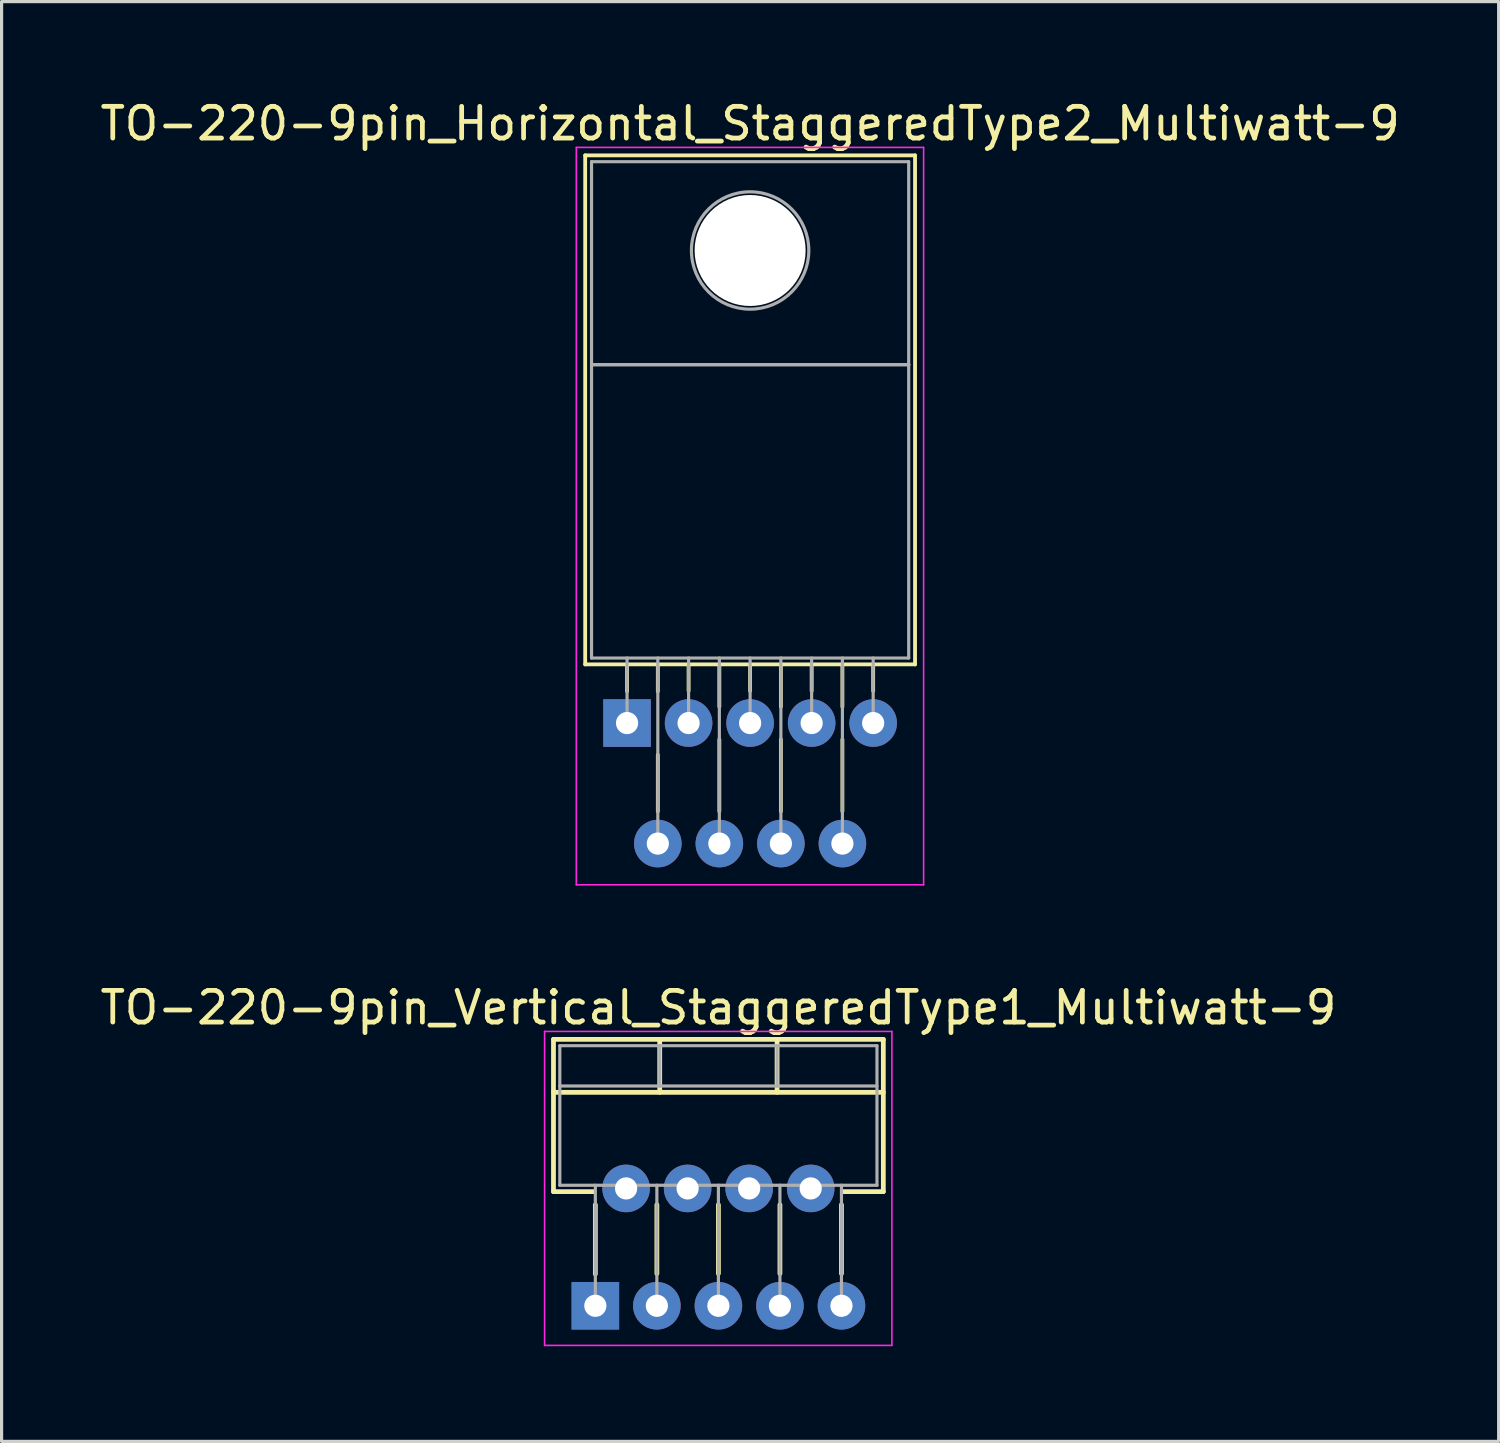
<source format=kicad_pcb>
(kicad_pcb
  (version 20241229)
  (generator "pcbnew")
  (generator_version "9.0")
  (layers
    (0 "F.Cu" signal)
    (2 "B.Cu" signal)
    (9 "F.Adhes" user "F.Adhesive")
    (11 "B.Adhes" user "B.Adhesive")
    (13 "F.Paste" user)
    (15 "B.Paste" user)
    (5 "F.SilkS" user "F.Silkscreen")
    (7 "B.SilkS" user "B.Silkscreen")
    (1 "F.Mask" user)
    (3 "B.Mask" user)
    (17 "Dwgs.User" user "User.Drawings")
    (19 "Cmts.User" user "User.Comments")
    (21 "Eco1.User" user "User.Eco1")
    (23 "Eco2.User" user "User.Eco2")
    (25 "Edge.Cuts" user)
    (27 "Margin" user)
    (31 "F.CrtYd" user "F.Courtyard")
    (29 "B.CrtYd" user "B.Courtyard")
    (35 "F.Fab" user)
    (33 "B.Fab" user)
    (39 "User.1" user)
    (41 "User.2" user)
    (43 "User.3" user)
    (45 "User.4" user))
  (footprint "TO-220-9pin_Vertical_StaggeredType1_Multiwatt-9"
    (layer "F.Cu")
    (at 15.721 38.121)
    (property "Reference" "TO-220-9pin_Vertical_StaggeredType1_Multiwatt-9" (at 3.88 -9.4 0) (layer "F.SilkS") (effects (font (size 1 1) (thickness 0.15))))
    (attr through_hole)
    (fp_line (start -1.32 -8.4) (end -1.32 -3.599) (stroke (width 0.15) (type solid)) (layer "F.SilkS"))
    (fp_line (start -1.32 -8.4) (end 9.08 -8.4) (stroke (width 0.15) (type solid)) (layer "F.SilkS"))
    (fp_line (start -1.32 -6.73) (end 9.08 -6.73) (stroke (width 0.15) (type solid)) (layer "F.SilkS"))
    (fp_line (start -1.32 -3.599) (end -0.046 -3.599) (stroke (width 0.15) (type solid)) (layer "F.SilkS"))
    (fp_line (start 0 -3.185) (end 0 -1) (stroke (width 0.15) (type solid)) (layer "F.SilkS"))
    (fp_line (start 1.94 -3.185) (end 1.94 -1.015) (stroke (width 0.15) (type solid)) (layer "F.SilkS"))
    (fp_line (start 2.03 -8.4) (end 2.03 -6.73) (stroke (width 0.15) (type solid)) (layer "F.SilkS"))
    (fp_line (start 3.88 -3.185) (end 3.88 -1.015) (stroke (width 0.15) (type solid)) (layer "F.SilkS"))
    (fp_line (start 5.73 -8.4) (end 5.73 -6.73) (stroke (width 0.15) (type solid)) (layer "F.SilkS"))
    (fp_line (start 5.82 -3.185) (end 5.82 -1.015) (stroke (width 0.15) (type solid)) (layer "F.SilkS"))
    (fp_line (start 7.76 -3.185) (end 7.76 -1.015) (stroke (width 0.15) (type solid)) (layer "F.SilkS"))
    (fp_line (start 7.805 -3.599) (end 9.08 -3.599) (stroke (width 0.15) (type solid)) (layer "F.SilkS"))
    (fp_line (start 9.08 -8.4) (end 9.08 -3.599) (stroke (width 0.15) (type solid)) (layer "F.SilkS"))
    (fp_line (start -1.6 -8.65) (end -1.6 1.25) (stroke (width 0.05) (type solid)) (layer "F.CrtYd"))
    (fp_line (start -1.6 1.25) (end 9.35 1.25) (stroke (width 0.05) (type solid)) (layer "F.CrtYd"))
    (fp_line (start 9.35 -8.65) (end -1.6 -8.65) (stroke (width 0.05) (type solid)) (layer "F.CrtYd"))
    (fp_line (start 9.35 1.25) (end 9.35 -8.65) (stroke (width 0.05) (type solid)) (layer "F.CrtYd"))
    (fp_line (start -1.12 -8.2) (end -1.12 -3.8) (stroke (width 0.1) (type solid)) (layer "F.Fab"))
    (fp_line (start -1.12 -6.93) (end 8.88 -6.93) (stroke (width 0.1) (type solid)) (layer "F.Fab"))
    (fp_line (start -1.12 -3.8) (end 8.88 -3.8) (stroke (width 0.1) (type solid)) (layer "F.Fab"))
    (fp_line (start 0 -3.8) (end 0 0) (stroke (width 0.1) (type solid)) (layer "F.Fab"))
    (fp_line (start 0.97 -3.8) (end 0.97 -3.7) (stroke (width 0.1) (type solid)) (layer "F.Fab"))
    (fp_line (start 1.94 -3.8) (end 1.94 0) (stroke (width 0.1) (type solid)) (layer "F.Fab"))
    (fp_line (start 2.03 -8.2) (end 2.03 -6.93) (stroke (width 0.1) (type solid)) (layer "F.Fab"))
    (fp_line (start 2.91 -3.8) (end 2.91 -3.7) (stroke (width 0.1) (type solid)) (layer "F.Fab"))
    (fp_line (start 3.88 -3.8) (end 3.88 0) (stroke (width 0.1) (type solid)) (layer "F.Fab"))
    (fp_line (start 4.85 -3.8) (end 4.85 -3.7) (stroke (width 0.1) (type solid)) (layer "F.Fab"))
    (fp_line (start 5.73 -8.2) (end 5.73 -6.93) (stroke (width 0.1) (type solid)) (layer "F.Fab"))
    (fp_line (start 5.82 -3.8) (end 5.82 0) (stroke (width 0.1) (type solid)) (layer "F.Fab"))
    (fp_line (start 6.79 -3.8) (end 6.79 -3.7) (stroke (width 0.1) (type solid)) (layer "F.Fab"))
    (fp_line (start 7.76 -3.8) (end 7.76 0) (stroke (width 0.1) (type solid)) (layer "F.Fab"))
    (fp_line (start 8.88 -8.2) (end -1.12 -8.2) (stroke (width 0.1) (type solid)) (layer "F.Fab"))
    (fp_line (start 8.88 -3.8) (end 8.88 -8.2) (stroke (width 0.1) (type solid)) (layer "F.Fab"))
    (pad "1" thru_hole rect (at 0 0) (size 1.5 1.5) (drill 0.7) (layers "*.Cu" "*.Mask"))
    (pad "2" thru_hole oval (at 0.97 -3.7) (size 1.5 1.5) (drill 0.7) (layers "*.Cu" "*.Mask"))
    (pad "3" thru_hole oval (at 1.94 0) (size 1.5 1.5) (drill 0.7) (layers "*.Cu" "*.Mask"))
    (pad "4" thru_hole oval (at 2.91 -3.7) (size 1.5 1.5) (drill 0.7) (layers "*.Cu" "*.Mask"))
    (pad "5" thru_hole oval (at 3.88 0) (size 1.5 1.5) (drill 0.7) (layers "*.Cu" "*.Mask"))
    (pad "6" thru_hole oval (at 4.85 -3.7) (size 1.5 1.5) (drill 0.7) (layers "*.Cu" "*.Mask"))
    (pad "7" thru_hole oval (at 5.82 0) (size 1.5 1.5) (drill 0.7) (layers "*.Cu" "*.Mask"))
    (pad "8" thru_hole oval (at 6.79 -3.7) (size 1.5 1.5) (drill 0.7) (layers "*.Cu" "*.Mask"))
    (pad "9" thru_hole oval (at 7.76 0) (size 1.5 1.5) (drill 0.7) (layers "*.Cu" "*.Mask")))
  (footprint "TO-220-9pin_Horizontal_StaggeredType2_Multiwatt-9"
    (layer "F.Cu")
    (at 16.721 19.748)
    (property "Reference" "TO-220-9pin_Horizontal_StaggeredType2_Multiwatt-9" (at 3.88 -18.9 0) (layer "F.SilkS") (effects (font (size 1 1) (thickness 0.15))))
    (attr through_hole)
    (fp_line (start -1.32 -17.9) (end -1.32 -1.85) (stroke (width 0.12) (type solid)) (layer "F.SilkS"))
    (fp_line (start -1.32 -17.9) (end 9.08 -17.9) (stroke (width 0.12) (type solid)) (layer "F.SilkS"))
    (fp_line (start -1.32 -1.85) (end 9.08 -1.85) (stroke (width 0.12) (type solid)) (layer "F.SilkS"))
    (fp_line (start 0 -1.85) (end 0 -1) (stroke (width 0.12) (type solid)) (layer "F.SilkS"))
    (fp_line (start 0.97 -1.85) (end 0.97 -1) (stroke (width 0.12) (type solid)) (layer "F.SilkS"))
    (fp_line (start 0.97 1) (end 0.97 2.785) (stroke (width 0.12) (type solid)) (layer "F.SilkS"))
    (fp_line (start 1.94 -1.85) (end 1.94 -1.015) (stroke (width 0.12) (type solid)) (layer "F.SilkS"))
    (fp_line (start 2.91 -1.85) (end 2.91 -0.515) (stroke (width 0.12) (type solid)) (layer "F.SilkS"))
    (fp_line (start 2.91 0.515) (end 2.91 2.785) (stroke (width 0.12) (type solid)) (layer "F.SilkS"))
    (fp_line (start 3.88 -1.85) (end 3.88 -1.015) (stroke (width 0.12) (type solid)) (layer "F.SilkS"))
    (fp_line (start 4.85 -1.85) (end 4.85 -0.515) (stroke (width 0.12) (type solid)) (layer "F.SilkS"))
    (fp_line (start 4.85 0.515) (end 4.85 2.785) (stroke (width 0.12) (type solid)) (layer "F.SilkS"))
    (fp_line (start 5.82 -1.85) (end 5.82 -1.015) (stroke (width 0.12) (type solid)) (layer "F.SilkS"))
    (fp_line (start 6.79 -1.85) (end 6.79 -0.515) (stroke (width 0.12) (type solid)) (layer "F.SilkS"))
    (fp_line (start 6.79 0.515) (end 6.79 2.785) (stroke (width 0.12) (type solid)) (layer "F.SilkS"))
    (fp_line (start 7.76 -1.85) (end 7.76 -1.015) (stroke (width 0.12) (type solid)) (layer "F.SilkS"))
    (fp_line (start 9.08 -17.9) (end 9.08 -1.85) (stroke (width 0.12) (type solid)) (layer "F.SilkS"))
    (fp_line (start -1.6 -18.15) (end -1.6 5.1) (stroke (width 0.05) (type solid)) (layer "F.CrtYd"))
    (fp_line (start -1.6 5.1) (end 9.35 5.1) (stroke (width 0.05) (type solid)) (layer "F.CrtYd"))
    (fp_line (start 9.35 -18.15) (end -1.6 -18.15) (stroke (width 0.05) (type solid)) (layer "F.CrtYd"))
    (fp_line (start 9.35 5.1) (end 9.35 -18.15) (stroke (width 0.05) (type solid)) (layer "F.CrtYd"))
    (fp_line (start -1.12 -17.7) (end 8.88 -17.7) (stroke (width 0.1) (type solid)) (layer "F.Fab"))
    (fp_line (start -1.12 -11.3) (end -1.12 -17.7) (stroke (width 0.1) (type solid)) (layer "F.Fab"))
    (fp_line (start -1.12 -11.3) (end 8.88 -11.3) (stroke (width 0.1) (type solid)) (layer "F.Fab"))
    (fp_line (start -1.12 -2.05) (end -1.12 -11.3) (stroke (width 0.1) (type solid)) (layer "F.Fab"))
    (fp_line (start 0 -2.05) (end 0 0) (stroke (width 0.1) (type solid)) (layer "F.Fab"))
    (fp_line (start 0.97 -2.05) (end 0.97 3.8) (stroke (width 0.1) (type solid)) (layer "F.Fab"))
    (fp_line (start 1.94 -2.05) (end 1.94 0) (stroke (width 0.1) (type solid)) (layer "F.Fab"))
    (fp_line (start 2.91 -2.05) (end 2.91 3.8) (stroke (width 0.1) (type solid)) (layer "F.Fab"))
    (fp_line (start 3.88 -2.05) (end 3.88 0) (stroke (width 0.1) (type solid)) (layer "F.Fab"))
    (fp_line (start 4.85 -2.05) (end 4.85 3.8) (stroke (width 0.1) (type solid)) (layer "F.Fab"))
    (fp_line (start 5.82 -2.05) (end 5.82 0) (stroke (width 0.1) (type solid)) (layer "F.Fab"))
    (fp_line (start 6.79 -2.05) (end 6.79 3.8) (stroke (width 0.1) (type solid)) (layer "F.Fab"))
    (fp_line (start 7.76 -2.05) (end 7.76 0) (stroke (width 0.1) (type solid)) (layer "F.Fab"))
    (fp_line (start 8.88 -17.7) (end 8.88 -11.3) (stroke (width 0.1) (type solid)) (layer "F.Fab"))
    (fp_line (start 8.88 -11.3) (end -1.12 -11.3) (stroke (width 0.1) (type solid)) (layer "F.Fab"))
    (fp_line (start 8.88 -11.3) (end 8.88 -2.05) (stroke (width 0.1) (type solid)) (layer "F.Fab"))
    (fp_line (start 8.88 -2.05) (end -1.12 -2.05) (stroke (width 0.1) (type solid)) (layer "F.Fab"))
    (fp_circle (center 3.88 -14.9) (end 5.73 -14.9) (stroke (width 0.1) (type solid)) (fill no) (layer "F.Fab"))
    (pad "" np_thru_hole oval (at 3.88 -14.9) (size 3.5 3.5) (drill 3.5) (layers "*.Cu" "*.Mask"))
    (pad "1" thru_hole rect (at 0 0) (size 1.5 1.5) (drill 0.7) (layers "*.Cu" "*.Mask"))
    (pad "2" thru_hole oval (at 0.97 3.8) (size 1.5 1.5) (drill 0.7) (layers "*.Cu" "*.Mask"))
    (pad "3" thru_hole oval (at 1.94 0) (size 1.5 1.5) (drill 0.7) (layers "*.Cu" "*.Mask"))
    (pad "4" thru_hole oval (at 2.91 3.8) (size 1.5 1.5) (drill 0.7) (layers "*.Cu" "*.Mask"))
    (pad "5" thru_hole oval (at 3.88 0) (size 1.5 1.5) (drill 0.7) (layers "*.Cu" "*.Mask"))
    (pad "6" thru_hole oval (at 4.85 3.8) (size 1.5 1.5) (drill 0.7) (layers "*.Cu" "*.Mask"))
    (pad "7" thru_hole oval (at 5.82 0) (size 1.5 1.5) (drill 0.7) (layers "*.Cu" "*.Mask"))
    (pad "8" thru_hole oval (at 6.79 3.8) (size 1.5 1.5) (drill 0.7) (layers "*.Cu" "*.Mask"))
    (pad "9" thru_hole oval (at 7.76 0) (size 1.5 1.5) (drill 0.7) (layers "*.Cu" "*.Mask")))
  (gr_rect
    (start -3 -3)
    (end 44.202 42.397)
    (stroke (width 0.1) (type default))
    (fill no)
    (layer "Edge.Cuts")))
</source>
